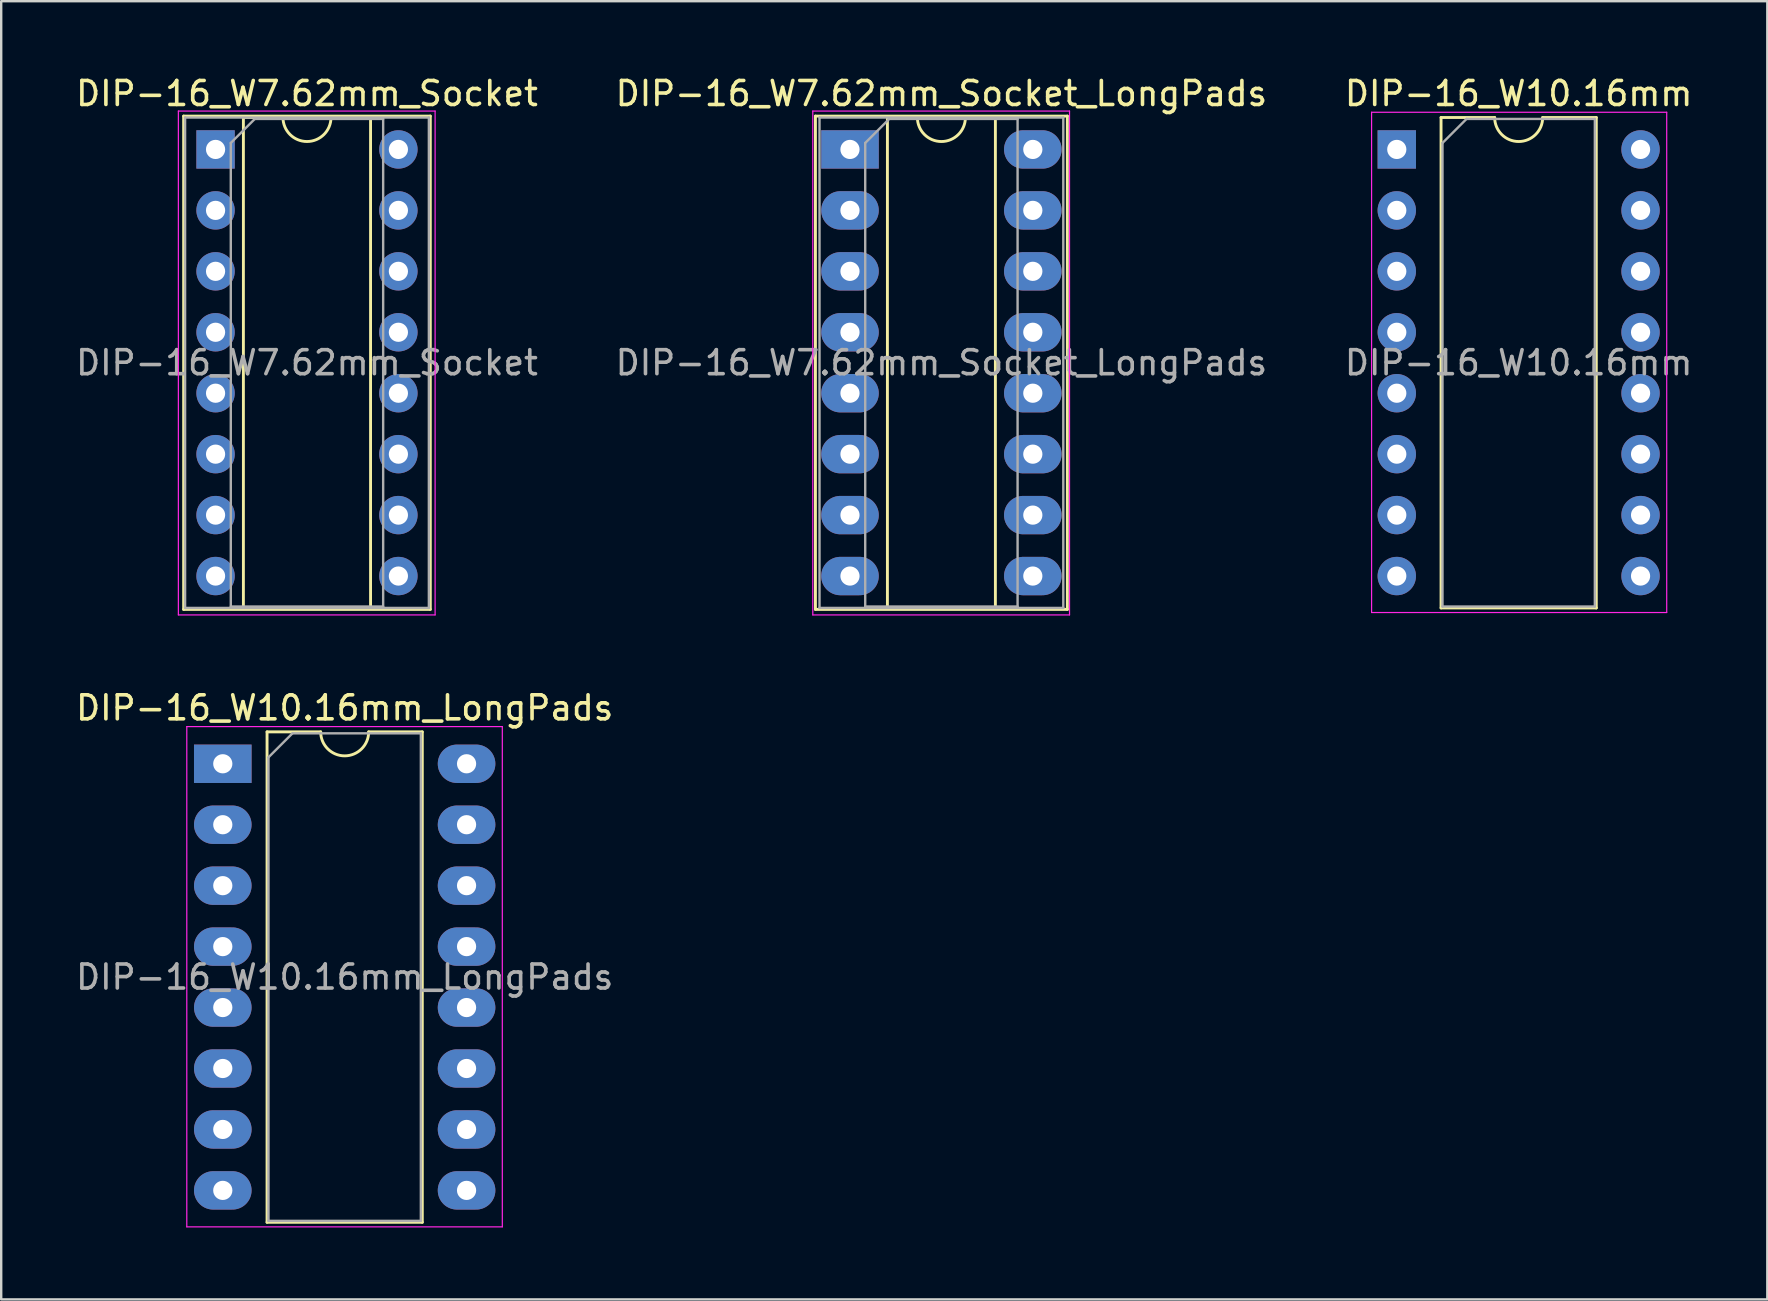
<source format=kicad_pcb>
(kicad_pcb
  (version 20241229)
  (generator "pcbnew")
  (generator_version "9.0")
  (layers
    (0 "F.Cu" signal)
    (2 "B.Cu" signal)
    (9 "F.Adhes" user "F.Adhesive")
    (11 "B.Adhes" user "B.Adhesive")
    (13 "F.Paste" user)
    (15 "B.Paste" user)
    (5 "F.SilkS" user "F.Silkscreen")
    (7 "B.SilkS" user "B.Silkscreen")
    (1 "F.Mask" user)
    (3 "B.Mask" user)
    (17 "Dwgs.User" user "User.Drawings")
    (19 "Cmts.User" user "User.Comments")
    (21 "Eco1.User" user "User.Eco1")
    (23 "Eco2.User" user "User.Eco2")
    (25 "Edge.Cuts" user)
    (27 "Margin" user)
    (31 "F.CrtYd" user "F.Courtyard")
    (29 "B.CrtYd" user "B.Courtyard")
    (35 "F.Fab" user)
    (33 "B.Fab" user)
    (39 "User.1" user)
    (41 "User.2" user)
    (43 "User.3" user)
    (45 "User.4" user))
  (footprint "DIP-16_W10.16mm_LongPads"
    (layer "F.Cu")
    (at 6.235 28.782)
    (property "Reference" "DIP-16_W10.16mm_LongPads" (at 5.08 -2.33 0) (layer "F.SilkS") (effects (font (size 1 1) (thickness 0.15))))
    (attr through_hole)
    (fp_line (start 1.845 -1.33) (end 1.845 19.11) (stroke (width 0.12) (type solid)) (layer "F.SilkS"))
    (fp_line (start 1.845 19.11) (end 8.315 19.11) (stroke (width 0.12) (type solid)) (layer "F.SilkS"))
    (fp_line (start 4.08 -1.33) (end 1.845 -1.33) (stroke (width 0.12) (type solid)) (layer "F.SilkS"))
    (fp_line (start 8.315 -1.33) (end 6.08 -1.33) (stroke (width 0.12) (type solid)) (layer "F.SilkS"))
    (fp_line (start 8.315 19.11) (end 8.315 -1.33) (stroke (width 0.12) (type solid)) (layer "F.SilkS"))
    (fp_arc (start 6.08 -1.33) (mid 5.08 -0.33) (end 4.08 -1.33) (stroke (width 0.12) (type solid)) (layer "F.SilkS"))
    (fp_line (start -1.5 -1.55) (end -1.5 19.3) (stroke (width 0.05) (type solid)) (layer "F.CrtYd"))
    (fp_line (start -1.5 19.3) (end 11.65 19.3) (stroke (width 0.05) (type solid)) (layer "F.CrtYd"))
    (fp_line (start 11.65 -1.55) (end -1.5 -1.55) (stroke (width 0.05) (type solid)) (layer "F.CrtYd"))
    (fp_line (start 11.65 19.3) (end 11.65 -1.55) (stroke (width 0.05) (type solid)) (layer "F.CrtYd"))
    (fp_line (start 1.905 -0.27) (end 2.905 -1.27) (stroke (width 0.1) (type solid)) (layer "F.Fab"))
    (fp_line (start 1.905 19.05) (end 1.905 -0.27) (stroke (width 0.1) (type solid)) (layer "F.Fab"))
    (fp_line (start 2.905 -1.27) (end 8.255 -1.27) (stroke (width 0.1) (type solid)) (layer "F.Fab"))
    (fp_line (start 8.255 -1.27) (end 8.255 19.05) (stroke (width 0.1) (type solid)) (layer "F.Fab"))
    (fp_line (start 8.255 19.05) (end 1.905 19.05) (stroke (width 0.1) (type solid)) (layer "F.Fab"))
    (fp_text user "${REFERENCE}" (at 5.08 8.89 0) (layer "F.Fab") (effects (font (size 1 1) (thickness 0.15))))
    (pad "1" thru_hole rect (at 0 0) (size 2.4 1.6) (drill 0.8) (layers "*.Cu" "*.Mask"))
    (pad "2" thru_hole oval (at 0 2.54) (size 2.4 1.6) (drill 0.8) (layers "*.Cu" "*.Mask"))
    (pad "3" thru_hole oval (at 0 5.08) (size 2.4 1.6) (drill 0.8) (layers "*.Cu" "*.Mask"))
    (pad "4" thru_hole oval (at 0 7.62) (size 2.4 1.6) (drill 0.8) (layers "*.Cu" "*.Mask"))
    (pad "5" thru_hole oval (at 0 10.16) (size 2.4 1.6) (drill 0.8) (layers "*.Cu" "*.Mask"))
    (pad "6" thru_hole oval (at 0 12.7) (size 2.4 1.6) (drill 0.8) (layers "*.Cu" "*.Mask"))
    (pad "7" thru_hole oval (at 0 15.24) (size 2.4 1.6) (drill 0.8) (layers "*.Cu" "*.Mask"))
    (pad "8" thru_hole oval (at 0 17.78) (size 2.4 1.6) (drill 0.8) (layers "*.Cu" "*.Mask"))
    (pad "9" thru_hole oval (at 10.16 17.78) (size 2.4 1.6) (drill 0.8) (layers "*.Cu" "*.Mask"))
    (pad "10" thru_hole oval (at 10.16 15.24) (size 2.4 1.6) (drill 0.8) (layers "*.Cu" "*.Mask"))
    (pad "11" thru_hole oval (at 10.16 12.7) (size 2.4 1.6) (drill 0.8) (layers "*.Cu" "*.Mask"))
    (pad "12" thru_hole oval (at 10.16 10.16) (size 2.4 1.6) (drill 0.8) (layers "*.Cu" "*.Mask"))
    (pad "13" thru_hole oval (at 10.16 7.62) (size 2.4 1.6) (drill 0.8) (layers "*.Cu" "*.Mask"))
    (pad "14" thru_hole oval (at 10.16 5.08) (size 2.4 1.6) (drill 0.8) (layers "*.Cu" "*.Mask"))
    (pad "15" thru_hole oval (at 10.16 2.54) (size 2.4 1.6) (drill 0.8) (layers "*.Cu" "*.Mask"))
    (pad "16" thru_hole oval (at 10.16 0) (size 2.4 1.6) (drill 0.8) (layers "*.Cu" "*.Mask")))
  (footprint "DIP-16_W7.62mm_Socket"
    (layer "F.Cu")
    (at 5.934 3.178)
    (property "Reference" "DIP-16_W7.62mm_Socket" (at 3.81 -2.33 0) (layer "F.SilkS") (effects (font (size 1 1) (thickness 0.15))))
    (attr through_hole)
    (fp_line (start -1.33 -1.39) (end -1.33 19.17) (stroke (width 0.12) (type solid)) (layer "F.SilkS"))
    (fp_line (start -1.33 19.17) (end 8.95 19.17) (stroke (width 0.12) (type solid)) (layer "F.SilkS"))
    (fp_line (start 1.16 -1.33) (end 1.16 19.11) (stroke (width 0.12) (type solid)) (layer "F.SilkS"))
    (fp_line (start 1.16 19.11) (end 6.46 19.11) (stroke (width 0.12) (type solid)) (layer "F.SilkS"))
    (fp_line (start 2.81 -1.33) (end 1.16 -1.33) (stroke (width 0.12) (type solid)) (layer "F.SilkS"))
    (fp_line (start 6.46 -1.33) (end 4.81 -1.33) (stroke (width 0.12) (type solid)) (layer "F.SilkS"))
    (fp_line (start 6.46 19.11) (end 6.46 -1.33) (stroke (width 0.12) (type solid)) (layer "F.SilkS"))
    (fp_line (start 8.95 -1.39) (end -1.33 -1.39) (stroke (width 0.12) (type solid)) (layer "F.SilkS"))
    (fp_line (start 8.95 19.17) (end 8.95 -1.39) (stroke (width 0.12) (type solid)) (layer "F.SilkS"))
    (fp_arc (start 4.81 -1.33) (mid 3.81 -0.33) (end 2.81 -1.33) (stroke (width 0.12) (type solid)) (layer "F.SilkS"))
    (fp_line (start -1.55 -1.6) (end -1.55 19.4) (stroke (width 0.05) (type solid)) (layer "F.CrtYd"))
    (fp_line (start -1.55 19.4) (end 9.15 19.4) (stroke (width 0.05) (type solid)) (layer "F.CrtYd"))
    (fp_line (start 9.15 -1.6) (end -1.55 -1.6) (stroke (width 0.05) (type solid)) (layer "F.CrtYd"))
    (fp_line (start 9.15 19.4) (end 9.15 -1.6) (stroke (width 0.05) (type solid)) (layer "F.CrtYd"))
    (fp_line (start -1.27 -1.33) (end -1.27 19.11) (stroke (width 0.1) (type solid)) (layer "F.Fab"))
    (fp_line (start -1.27 19.11) (end 8.89 19.11) (stroke (width 0.1) (type solid)) (layer "F.Fab"))
    (fp_line (start 0.635 -0.27) (end 1.635 -1.27) (stroke (width 0.1) (type solid)) (layer "F.Fab"))
    (fp_line (start 0.635 19.05) (end 0.635 -0.27) (stroke (width 0.1) (type solid)) (layer "F.Fab"))
    (fp_line (start 1.635 -1.27) (end 6.985 -1.27) (stroke (width 0.1) (type solid)) (layer "F.Fab"))
    (fp_line (start 6.985 -1.27) (end 6.985 19.05) (stroke (width 0.1) (type solid)) (layer "F.Fab"))
    (fp_line (start 6.985 19.05) (end 0.635 19.05) (stroke (width 0.1) (type solid)) (layer "F.Fab"))
    (fp_line (start 8.89 -1.33) (end -1.27 -1.33) (stroke (width 0.1) (type solid)) (layer "F.Fab"))
    (fp_line (start 8.89 19.11) (end 8.89 -1.33) (stroke (width 0.1) (type solid)) (layer "F.Fab"))
    (fp_text user "${REFERENCE}" (at 3.81 8.89 0) (layer "F.Fab") (effects (font (size 1 1) (thickness 0.15))))
    (pad "1" thru_hole rect (at 0 0) (size 1.6 1.6) (drill 0.8) (layers "*.Cu" "*.Mask"))
    (pad "2" thru_hole oval (at 0 2.54) (size 1.6 1.6) (drill 0.8) (layers "*.Cu" "*.Mask"))
    (pad "3" thru_hole oval (at 0 5.08) (size 1.6 1.6) (drill 0.8) (layers "*.Cu" "*.Mask"))
    (pad "4" thru_hole oval (at 0 7.62) (size 1.6 1.6) (drill 0.8) (layers "*.Cu" "*.Mask"))
    (pad "5" thru_hole oval (at 0 10.16) (size 1.6 1.6) (drill 0.8) (layers "*.Cu" "*.Mask"))
    (pad "6" thru_hole oval (at 0 12.7) (size 1.6 1.6) (drill 0.8) (layers "*.Cu" "*.Mask"))
    (pad "7" thru_hole oval (at 0 15.24) (size 1.6 1.6) (drill 0.8) (layers "*.Cu" "*.Mask"))
    (pad "8" thru_hole oval (at 0 17.78) (size 1.6 1.6) (drill 0.8) (layers "*.Cu" "*.Mask"))
    (pad "9" thru_hole oval (at 7.62 17.78) (size 1.6 1.6) (drill 0.8) (layers "*.Cu" "*.Mask"))
    (pad "10" thru_hole oval (at 7.62 15.24) (size 1.6 1.6) (drill 0.8) (layers "*.Cu" "*.Mask"))
    (pad "11" thru_hole oval (at 7.62 12.7) (size 1.6 1.6) (drill 0.8) (layers "*.Cu" "*.Mask"))
    (pad "12" thru_hole oval (at 7.62 10.16) (size 1.6 1.6) (drill 0.8) (layers "*.Cu" "*.Mask"))
    (pad "13" thru_hole oval (at 7.62 7.62) (size 1.6 1.6) (drill 0.8) (layers "*.Cu" "*.Mask"))
    (pad "14" thru_hole oval (at 7.62 5.08) (size 1.6 1.6) (drill 0.8) (layers "*.Cu" "*.Mask"))
    (pad "15" thru_hole oval (at 7.62 2.54) (size 1.6 1.6) (drill 0.8) (layers "*.Cu" "*.Mask"))
    (pad "16" thru_hole oval (at 7.62 0) (size 1.6 1.6) (drill 0.8) (layers "*.Cu" "*.Mask")))
  (footprint "DIP-16_W10.16mm"
    (layer "F.Cu")
    (at 55.164 3.178)
    (property "Reference" "DIP-16_W10.16mm" (at 5.08 -2.33 0) (layer "F.SilkS") (effects (font (size 1 1) (thickness 0.15))))
    (attr through_hole)
    (fp_line (start 1.845 -1.33) (end 1.845 19.11) (stroke (width 0.12) (type solid)) (layer "F.SilkS"))
    (fp_line (start 1.845 19.11) (end 8.315 19.11) (stroke (width 0.12) (type solid)) (layer "F.SilkS"))
    (fp_line (start 4.08 -1.33) (end 1.845 -1.33) (stroke (width 0.12) (type solid)) (layer "F.SilkS"))
    (fp_line (start 8.315 -1.33) (end 6.08 -1.33) (stroke (width 0.12) (type solid)) (layer "F.SilkS"))
    (fp_line (start 8.315 19.11) (end 8.315 -1.33) (stroke (width 0.12) (type solid)) (layer "F.SilkS"))
    (fp_arc (start 6.08 -1.33) (mid 5.08 -0.33) (end 4.08 -1.33) (stroke (width 0.12) (type solid)) (layer "F.SilkS"))
    (fp_line (start -1.05 -1.55) (end -1.05 19.3) (stroke (width 0.05) (type solid)) (layer "F.CrtYd"))
    (fp_line (start -1.05 19.3) (end 11.25 19.3) (stroke (width 0.05) (type solid)) (layer "F.CrtYd"))
    (fp_line (start 11.25 -1.55) (end -1.05 -1.55) (stroke (width 0.05) (type solid)) (layer "F.CrtYd"))
    (fp_line (start 11.25 19.3) (end 11.25 -1.55) (stroke (width 0.05) (type solid)) (layer "F.CrtYd"))
    (fp_line (start 1.905 -0.27) (end 2.905 -1.27) (stroke (width 0.1) (type solid)) (layer "F.Fab"))
    (fp_line (start 1.905 19.05) (end 1.905 -0.27) (stroke (width 0.1) (type solid)) (layer "F.Fab"))
    (fp_line (start 2.905 -1.27) (end 8.255 -1.27) (stroke (width 0.1) (type solid)) (layer "F.Fab"))
    (fp_line (start 8.255 -1.27) (end 8.255 19.05) (stroke (width 0.1) (type solid)) (layer "F.Fab"))
    (fp_line (start 8.255 19.05) (end 1.905 19.05) (stroke (width 0.1) (type solid)) (layer "F.Fab"))
    (fp_text user "${REFERENCE}" (at 5.08 8.89 0) (layer "F.Fab") (effects (font (size 1 1) (thickness 0.15))))
    (pad "1" thru_hole rect (at 0 0) (size 1.6 1.6) (drill 0.8) (layers "*.Cu" "*.Mask"))
    (pad "2" thru_hole oval (at 0 2.54) (size 1.6 1.6) (drill 0.8) (layers "*.Cu" "*.Mask"))
    (pad "3" thru_hole oval (at 0 5.08) (size 1.6 1.6) (drill 0.8) (layers "*.Cu" "*.Mask"))
    (pad "4" thru_hole oval (at 0 7.62) (size 1.6 1.6) (drill 0.8) (layers "*.Cu" "*.Mask"))
    (pad "5" thru_hole oval (at 0 10.16) (size 1.6 1.6) (drill 0.8) (layers "*.Cu" "*.Mask"))
    (pad "6" thru_hole oval (at 0 12.7) (size 1.6 1.6) (drill 0.8) (layers "*.Cu" "*.Mask"))
    (pad "7" thru_hole oval (at 0 15.24) (size 1.6 1.6) (drill 0.8) (layers "*.Cu" "*.Mask"))
    (pad "8" thru_hole oval (at 0 17.78) (size 1.6 1.6) (drill 0.8) (layers "*.Cu" "*.Mask"))
    (pad "9" thru_hole oval (at 10.16 17.78) (size 1.6 1.6) (drill 0.8) (layers "*.Cu" "*.Mask"))
    (pad "10" thru_hole oval (at 10.16 15.24) (size 1.6 1.6) (drill 0.8) (layers "*.Cu" "*.Mask"))
    (pad "11" thru_hole oval (at 10.16 12.7) (size 1.6 1.6) (drill 0.8) (layers "*.Cu" "*.Mask"))
    (pad "12" thru_hole oval (at 10.16 10.16) (size 1.6 1.6) (drill 0.8) (layers "*.Cu" "*.Mask"))
    (pad "13" thru_hole oval (at 10.16 7.62) (size 1.6 1.6) (drill 0.8) (layers "*.Cu" "*.Mask"))
    (pad "14" thru_hole oval (at 10.16 5.08) (size 1.6 1.6) (drill 0.8) (layers "*.Cu" "*.Mask"))
    (pad "15" thru_hole oval (at 10.16 2.54) (size 1.6 1.6) (drill 0.8) (layers "*.Cu" "*.Mask"))
    (pad "16" thru_hole oval (at 10.16 0) (size 1.6 1.6) (drill 0.8) (layers "*.Cu" "*.Mask")))
  (footprint "DIP-16_W7.62mm_Socket_LongPads"
    (layer "F.Cu")
    (at 32.375 3.178)
    (property "Reference" "DIP-16_W7.62mm_Socket_LongPads" (at 3.81 -2.33 0) (layer "F.SilkS") (effects (font (size 1 1) (thickness 0.15))))
    (attr through_hole)
    (fp_line (start -1.44 -1.39) (end -1.44 19.17) (stroke (width 0.12) (type solid)) (layer "F.SilkS"))
    (fp_line (start -1.44 19.17) (end 9.06 19.17) (stroke (width 0.12) (type solid)) (layer "F.SilkS"))
    (fp_line (start 1.56 -1.33) (end 1.56 19.11) (stroke (width 0.12) (type solid)) (layer "F.SilkS"))
    (fp_line (start 1.56 19.11) (end 6.06 19.11) (stroke (width 0.12) (type solid)) (layer "F.SilkS"))
    (fp_line (start 2.81 -1.33) (end 1.56 -1.33) (stroke (width 0.12) (type solid)) (layer "F.SilkS"))
    (fp_line (start 6.06 -1.33) (end 4.81 -1.33) (stroke (width 0.12) (type solid)) (layer "F.SilkS"))
    (fp_line (start 6.06 19.11) (end 6.06 -1.33) (stroke (width 0.12) (type solid)) (layer "F.SilkS"))
    (fp_line (start 9.06 -1.39) (end -1.44 -1.39) (stroke (width 0.12) (type solid)) (layer "F.SilkS"))
    (fp_line (start 9.06 19.17) (end 9.06 -1.39) (stroke (width 0.12) (type solid)) (layer "F.SilkS"))
    (fp_arc (start 4.81 -1.33) (mid 3.81 -0.33) (end 2.81 -1.33) (stroke (width 0.12) (type solid)) (layer "F.SilkS"))
    (fp_line (start -1.55 -1.6) (end -1.55 19.4) (stroke (width 0.05) (type solid)) (layer "F.CrtYd"))
    (fp_line (start -1.55 19.4) (end 9.15 19.4) (stroke (width 0.05) (type solid)) (layer "F.CrtYd"))
    (fp_line (start 9.15 -1.6) (end -1.55 -1.6) (stroke (width 0.05) (type solid)) (layer "F.CrtYd"))
    (fp_line (start 9.15 19.4) (end 9.15 -1.6) (stroke (width 0.05) (type solid)) (layer "F.CrtYd"))
    (fp_line (start -1.27 -1.33) (end -1.27 19.11) (stroke (width 0.1) (type solid)) (layer "F.Fab"))
    (fp_line (start -1.27 19.11) (end 8.89 19.11) (stroke (width 0.1) (type solid)) (layer "F.Fab"))
    (fp_line (start 0.635 -0.27) (end 1.635 -1.27) (stroke (width 0.1) (type solid)) (layer "F.Fab"))
    (fp_line (start 0.635 19.05) (end 0.635 -0.27) (stroke (width 0.1) (type solid)) (layer "F.Fab"))
    (fp_line (start 1.635 -1.27) (end 6.985 -1.27) (stroke (width 0.1) (type solid)) (layer "F.Fab"))
    (fp_line (start 6.985 -1.27) (end 6.985 19.05) (stroke (width 0.1) (type solid)) (layer "F.Fab"))
    (fp_line (start 6.985 19.05) (end 0.635 19.05) (stroke (width 0.1) (type solid)) (layer "F.Fab"))
    (fp_line (start 8.89 -1.33) (end -1.27 -1.33) (stroke (width 0.1) (type solid)) (layer "F.Fab"))
    (fp_line (start 8.89 19.11) (end 8.89 -1.33) (stroke (width 0.1) (type solid)) (layer "F.Fab"))
    (fp_text user "${REFERENCE}" (at 3.81 8.89 0) (layer "F.Fab") (effects (font (size 1 1) (thickness 0.15))))
    (pad "1" thru_hole rect (at 0 0) (size 2.4 1.6) (drill 0.8) (layers "*.Cu" "*.Mask"))
    (pad "2" thru_hole oval (at 0 2.54) (size 2.4 1.6) (drill 0.8) (layers "*.Cu" "*.Mask"))
    (pad "3" thru_hole oval (at 0 5.08) (size 2.4 1.6) (drill 0.8) (layers "*.Cu" "*.Mask"))
    (pad "4" thru_hole oval (at 0 7.62) (size 2.4 1.6) (drill 0.8) (layers "*.Cu" "*.Mask"))
    (pad "5" thru_hole oval (at 0 10.16) (size 2.4 1.6) (drill 0.8) (layers "*.Cu" "*.Mask"))
    (pad "6" thru_hole oval (at 0 12.7) (size 2.4 1.6) (drill 0.8) (layers "*.Cu" "*.Mask"))
    (pad "7" thru_hole oval (at 0 15.24) (size 2.4 1.6) (drill 0.8) (layers "*.Cu" "*.Mask"))
    (pad "8" thru_hole oval (at 0 17.78) (size 2.4 1.6) (drill 0.8) (layers "*.Cu" "*.Mask"))
    (pad "9" thru_hole oval (at 7.62 17.78) (size 2.4 1.6) (drill 0.8) (layers "*.Cu" "*.Mask"))
    (pad "10" thru_hole oval (at 7.62 15.24) (size 2.4 1.6) (drill 0.8) (layers "*.Cu" "*.Mask"))
    (pad "11" thru_hole oval (at 7.62 12.7) (size 2.4 1.6) (drill 0.8) (layers "*.Cu" "*.Mask"))
    (pad "12" thru_hole oval (at 7.62 10.16) (size 2.4 1.6) (drill 0.8) (layers "*.Cu" "*.Mask"))
    (pad "13" thru_hole oval (at 7.62 7.62) (size 2.4 1.6) (drill 0.8) (layers "*.Cu" "*.Mask"))
    (pad "14" thru_hole oval (at 7.62 5.08) (size 2.4 1.6) (drill 0.8) (layers "*.Cu" "*.Mask"))
    (pad "15" thru_hole oval (at 7.62 2.54) (size 2.4 1.6) (drill 0.8) (layers "*.Cu" "*.Mask"))
    (pad "16" thru_hole oval (at 7.62 0) (size 2.4 1.6) (drill 0.8) (layers "*.Cu" "*.Mask")))
  (gr_rect
    (start -3 -3)
    (end 70.607 51.106)
    (stroke (width 0.1) (type default))
    (fill no)
    (layer "Edge.Cuts")))
</source>
